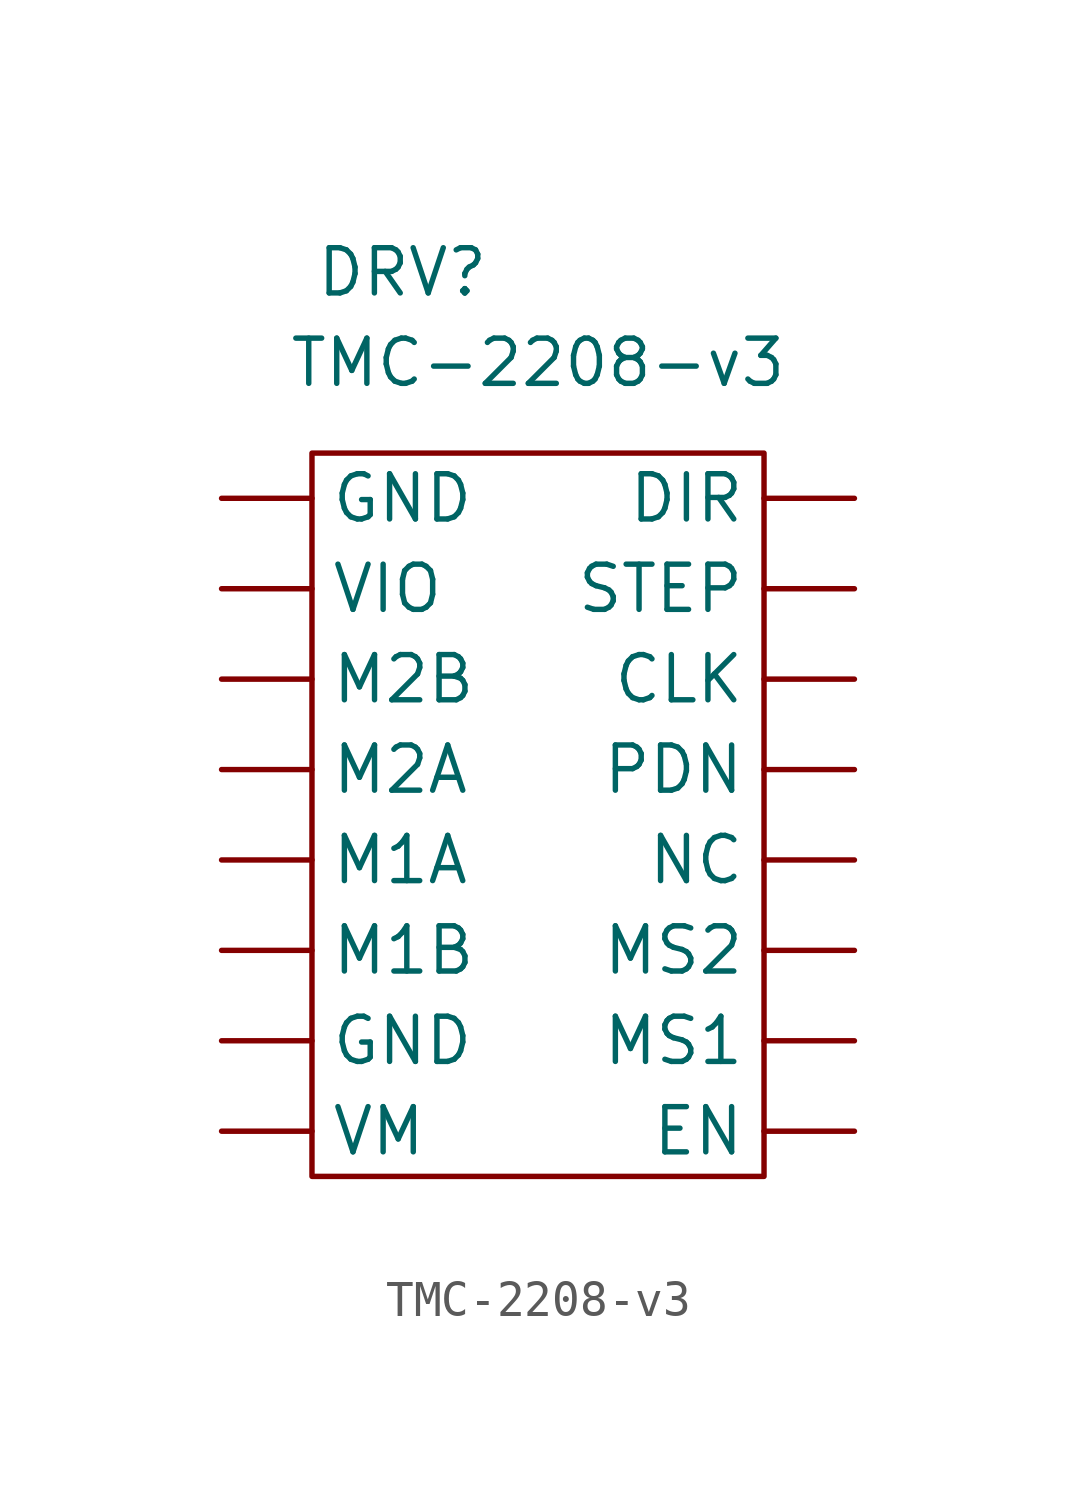
<source format=kicad_sym>
(kicad_symbol_lib
  (version 20211014)
  (generator kicad_symbol_editor)
  (symbol "TMC-2208-v3"
    (property "Reference" "DRV"
      (at -3.81 2.54 0)
      (effects (font (size 1.27 1.27))))
    (property "Value" "TMC-2208-v3"
      (at 0 0 0)
      (effects (font (size 1.27 1.27))))
    (symbol "TMC-2208-v3_0_1"
      (rectangle (start -6.35 -2.54) (end 6.35 -22.86) (stroke (width 0) (type default) (color 0 0 0 0)) (fill (type none))))
    (symbol "TMC-2208-v3_1_1"
      (pin input line (at 8.89 -8.89 180) (length 2.54) (name "CLK" (effects (font (size 1.27 1.27)))) (number "" (effects (font (size 1.27 1.27)))))
      (pin input line (at 8.89 -3.81 180) (length 2.54) (name "DIR" (effects (font (size 1.27 1.27)))) (number "" (effects (font (size 1.27 1.27)))))
      (pin input line (at 8.89 -21.59 180) (length 2.54) (name "EN" (effects (font (size 1.27 1.27)))) (number "" (effects (font (size 1.27 1.27)))))
      (pin power_in line (at -8.89 -19.05 0) (length 2.54) (name "GND" (effects (font (size 1.27 1.27)))) (number "" (effects (font (size 1.27 1.27)))))
      (pin power_in line (at -8.89 -3.81 0) (length 2.54) (name "GND" (effects (font (size 1.27 1.27)))) (number "" (effects (font (size 1.27 1.27)))))
      (pin output line (at -8.89 -13.97 0) (length 2.54) (name "M1A" (effects (font (size 1.27 1.27)))) (number "" (effects (font (size 1.27 1.27)))))
      (pin output line (at -8.89 -16.51 0) (length 2.54) (name "M1B" (effects (font (size 1.27 1.27)))) (number "" (effects (font (size 1.27 1.27)))))
      (pin output line (at -8.89 -11.43 0) (length 2.54) (name "M2A" (effects (font (size 1.27 1.27)))) (number "" (effects (font (size 1.27 1.27)))))
      (pin output line (at -8.89 -8.89 0) (length 2.54) (name "M2B" (effects (font (size 1.27 1.27)))) (number "" (effects (font (size 1.27 1.27)))))
      (pin input line (at 8.89 -19.05 180) (length 2.54) (name "MS1" (effects (font (size 1.27 1.27)))) (number "" (effects (font (size 1.27 1.27)))))
      (pin input line (at 8.89 -16.51 180) (length 2.54) (name "MS2" (effects (font (size 1.27 1.27)))) (number "" (effects (font (size 1.27 1.27)))))
      (pin input line (at 8.89 -13.97 180) (length 2.54) (name "NC" (effects (font (size 1.27 1.27)))) (number "" (effects (font (size 1.27 1.27)))))
      (pin bidirectional line (at 8.89 -11.43 180) (length 2.54) (name "PDN" (effects (font (size 1.27 1.27)))) (number "" (effects (font (size 1.27 1.27)))))
      (pin input line (at 8.89 -6.35 180) (length 2.54) (name "STEP" (effects (font (size 1.27 1.27)))) (number "" (effects (font (size 1.27 1.27)))))
      (pin power_in line (at -8.89 -6.35 0) (length 2.54) (name "VIO" (effects (font (size 1.27 1.27)))) (number "" (effects (font (size 1.27 1.27)))))
      (pin power_in line (at -8.89 -21.59 0) (length 2.54) (name "VM" (effects (font (size 1.27 1.27)))) (number "" (effects (font (size 1.27 1.27))))))))
</source>
